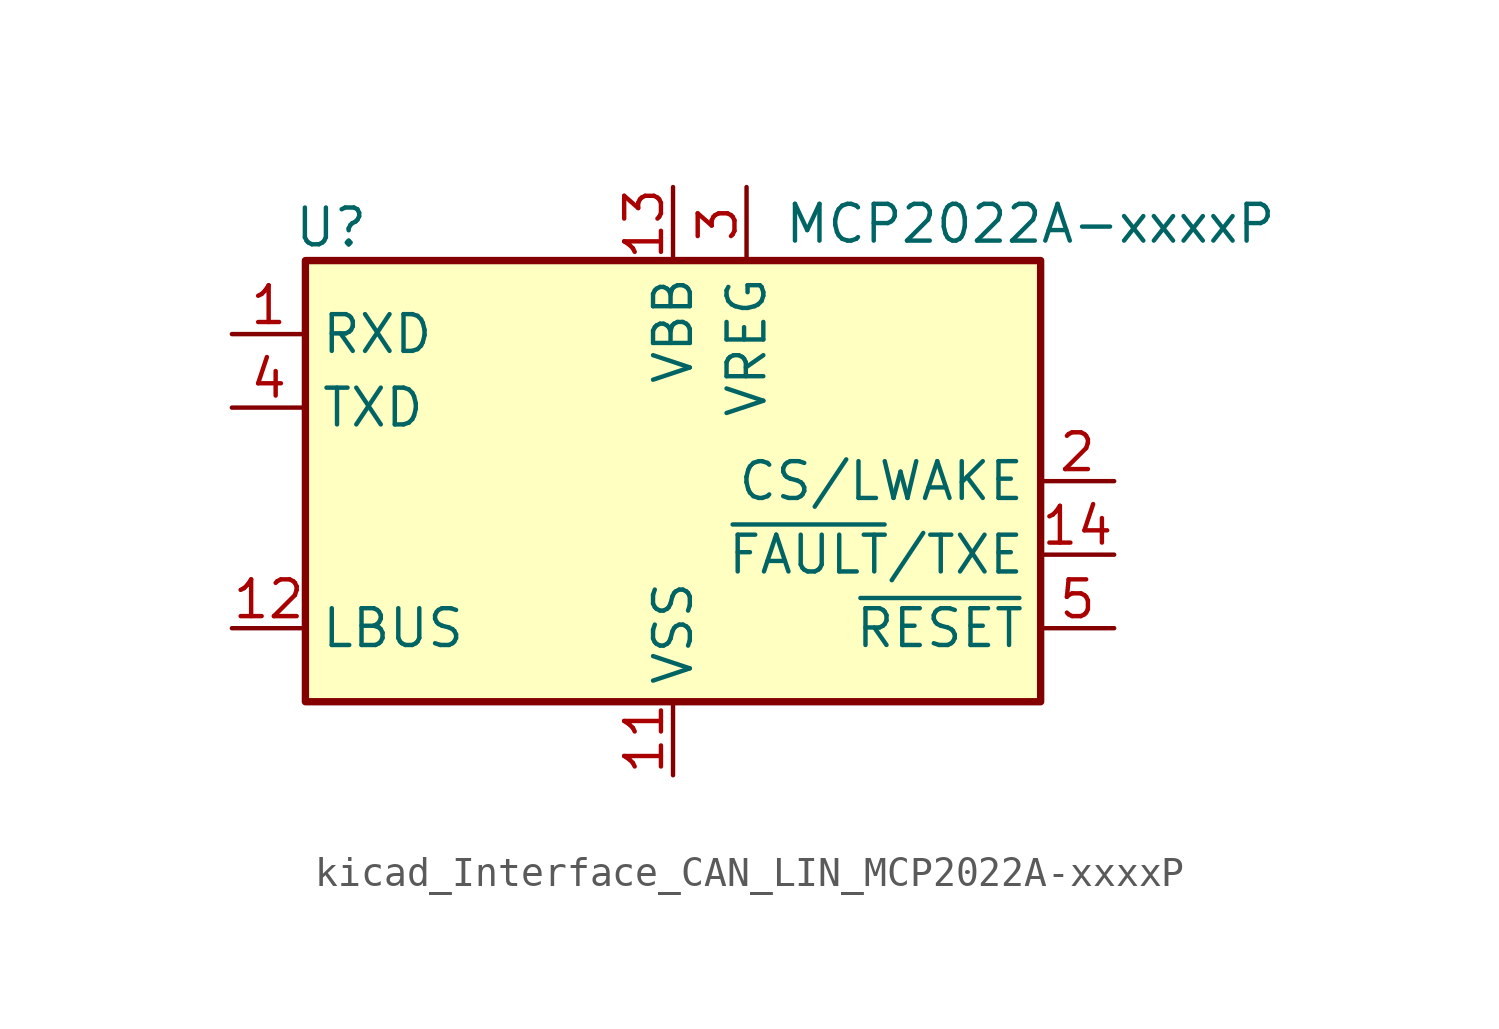
<source format=kicad_sym>
(kicad_symbol_lib
  (version 20220914)
  (generator kicad_symbol_editor)
  (symbol "kicad_Interface_CAN_LIN_MCP2022A-xxxxP"
    (property "Reference" "U"
      (at -11.811 8.763 0)
      (effects (font (size 1.27 1.27))))
    (property "Value" "MCP2022A-xxxxP"
      (at 3.81 8.89 0)
      (effects (font (size 1.27 1.27)) (justify left)))
    (symbol "kicad_Interface_CAN_LIN_MCP2022A-xxxxP_0_1"
      (rectangle (start -12.7 7.62) (end 12.7 -7.62) (stroke (width 0.254) (type default)) (fill (type background))))
    (symbol "kicad_Interface_CAN_LIN_MCP2022A-xxxxP_1_1"
      (pin output line (at -15.24 5.08 0) (length 2.54) (name "RXD" (effects (font (size 1.27 1.27)))) (number "1" (effects (font (size 1.27 1.27)))))
      (pin no_connect line (at -10.16 -7.62 90) (length 2.54) hide (name "NC" (effects (font (size 1.27 1.27)))) (number "10" (effects (font (size 1.27 1.27)))))
      (pin power_in line (at 0 -10.16 90) (length 2.54) (name "VSS" (effects (font (size 1.27 1.27)))) (number "11" (effects (font (size 1.27 1.27)))))
      (pin open_collector line (at -15.24 -5.08 0) (length 2.54) (name "LBUS" (effects (font (size 1.27 1.27)))) (number "12" (effects (font (size 1.27 1.27)))))
      (pin power_in line (at 0 10.16 270) (length 2.54) (name "VBB" (effects (font (size 1.27 1.27)))) (number "13" (effects (font (size 1.27 1.27)))))
      (pin open_collector line (at 15.24 -2.54 180) (length 2.54) (name "~{FAULT}/TXE" (effects (font (size 1.27 1.27)))) (number "14" (effects (font (size 1.27 1.27)))))
      (pin input line (at 15.24 0 180) (length 2.54) (name "CS/LWAKE" (effects (font (size 1.27 1.27)))) (number "2" (effects (font (size 1.27 1.27)))))
      (pin power_out line (at 2.54 10.16 270) (length 2.54) (name "VREG" (effects (font (size 1.27 1.27)))) (number "3" (effects (font (size 1.27 1.27)))))
      (pin input line (at -15.24 2.54 0) (length 2.54) (name "TXD" (effects (font (size 1.27 1.27)))) (number "4" (effects (font (size 1.27 1.27)))))
      (pin output line (at 15.24 -5.08 180) (length 2.54) (name "~{RESET}" (effects (font (size 1.27 1.27)))) (number "5" (effects (font (size 1.27 1.27)))))
      (pin no_connect line (at 2.54 -7.62 90) (length 2.54) hide (name "NC" (effects (font (size 1.27 1.27)))) (number "6" (effects (font (size 1.27 1.27)))))
      (pin no_connect line (at -2.54 -7.62 90) (length 2.54) hide (name "NC" (effects (font (size 1.27 1.27)))) (number "7" (effects (font (size 1.27 1.27)))))
      (pin no_connect line (at -5.08 -7.62 90) (length 2.54) hide (name "NC" (effects (font (size 1.27 1.27)))) (number "8" (effects (font (size 1.27 1.27)))))
      (pin no_connect line (at -7.62 -7.62 90) (length 2.54) hide (name "NC" (effects (font (size 1.27 1.27)))) (number "9" (effects (font (size 1.27 1.27))))))))
</source>
